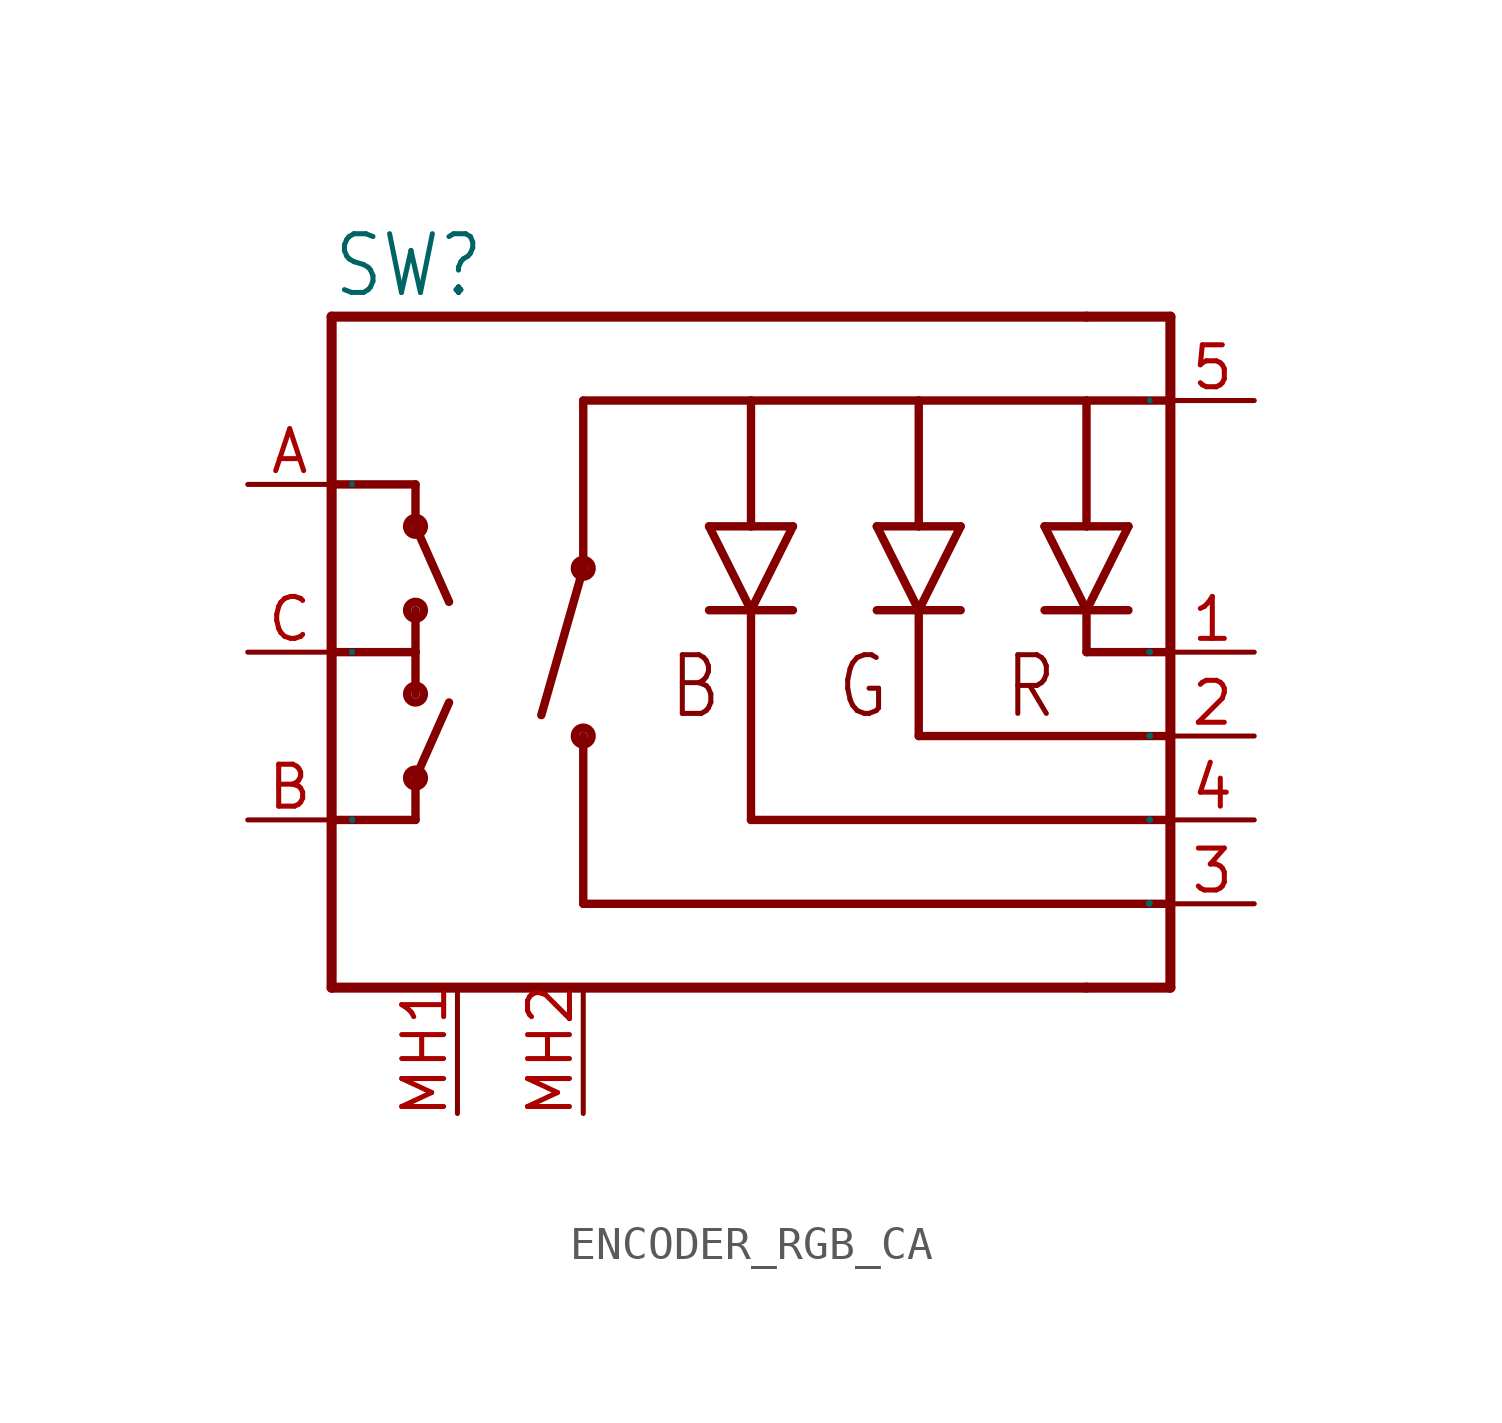
<source format=kicad_sym>
(kicad_symbol_lib
  (version 20231120)
  (generator "kicad_symbol_editor")
  (generator_version "8.0")
  (symbol "ENCODER_RGB_CA"
    (property "Reference" "SW"
      (at -12.7 10.668 0)
      (effects (font (size 1.778 1.511)) (justify left bottom)))
    (symbol "ENCODER_RGB_CA_1_0"
      (circle (center -10.16 -3.81) (radius 0.254) (stroke (width 0.254) (type solid)) (fill (type none)))
      (circle (center -10.16 -1.27) (radius 0.254) (stroke (width 0.254) (type solid)) (fill (type none)))
      (circle (center -10.16 1.27) (radius 0.254) (stroke (width 0.254) (type solid)) (fill (type none)))
      (circle (center -10.16 3.81) (radius 0.254) (stroke (width 0.254) (type solid)) (fill (type none)))
      (circle (center -5.08 -2.54) (radius 0.254) (stroke (width 0.254) (type solid)) (fill (type none)))
      (circle (center -5.08 2.54) (radius 0.254) (stroke (width 0.254) (type solid)) (fill (type none)))
      (polyline (pts (xy -12.7 -10.16) (xy 10.16 -10.16)) (stroke (width 0.305) (type solid)) (fill (type none)))
      (polyline (pts (xy -12.7 -5.08) (xy -12.7 -10.16)) (stroke (width 0.305) (type solid)) (fill (type none)))
      (polyline (pts (xy -12.7 0) (xy -12.7 -5.08)) (stroke (width 0.305) (type solid)) (fill (type none)))
      (polyline (pts (xy -12.7 5.08) (xy -12.7 0)) (stroke (width 0.305) (type solid)) (fill (type none)))
      (polyline (pts (xy -12.7 5.08) (xy -10.16 5.08)) (stroke (width 0.254) (type solid)) (fill (type none)))
      (polyline (pts (xy -12.7 10.16) (xy -12.7 5.08)) (stroke (width 0.305) (type solid)) (fill (type none)))
      (polyline (pts (xy -10.16 -5.08) (xy -12.7 -5.08)) (stroke (width 0.254) (type solid)) (fill (type none)))
      (polyline (pts (xy -10.16 -5.08) (xy -10.16 -3.81)) (stroke (width 0.254) (type solid)) (fill (type none)))
      (polyline (pts (xy -10.16 -3.81) (xy -9.144 -1.524)) (stroke (width 0.254) (type solid)) (fill (type none)))
      (polyline (pts (xy -10.16 0) (xy -12.7 0)) (stroke (width 0.254) (type solid)) (fill (type none)))
      (polyline (pts (xy -10.16 0) (xy -10.16 -1.27)) (stroke (width 0.254) (type solid)) (fill (type none)))
      (polyline (pts (xy -10.16 0) (xy -10.16 1.27)) (stroke (width 0.254) (type solid)) (fill (type none)))
      (polyline (pts (xy -10.16 3.81) (xy -9.144 1.524)) (stroke (width 0.254) (type solid)) (fill (type none)))
      (polyline (pts (xy -10.16 5.08) (xy -10.16 3.81)) (stroke (width 0.254) (type solid)) (fill (type none)))
      (polyline (pts (xy -5.08 -7.62) (xy -5.08 -2.54)) (stroke (width 0.254) (type solid)) (fill (type none)))
      (polyline (pts (xy -5.08 -7.62) (xy 12.7 -7.62)) (stroke (width 0.254) (type solid)) (fill (type none)))
      (polyline (pts (xy -5.08 2.54) (xy -6.35 -1.905)) (stroke (width 0.254) (type solid)) (fill (type none)))
      (polyline (pts (xy -5.08 7.62) (xy -5.08 2.54)) (stroke (width 0.254) (type solid)) (fill (type none)))
      (polyline (pts (xy -5.08 7.62) (xy 0 7.62)) (stroke (width 0.254) (type solid)) (fill (type none)))
      (polyline (pts (xy -1.27 1.27) (xy 0 1.27)) (stroke (width 0.254) (type solid)) (fill (type none)))
      (polyline (pts (xy -1.27 3.81) (xy 0 1.27)) (stroke (width 0.254) (type solid)) (fill (type none)))
      (polyline (pts (xy -1.27 3.81) (xy 0 3.81)) (stroke (width 0.254) (type solid)) (fill (type none)))
      (polyline (pts (xy 0 -5.08) (xy 0 1.27)) (stroke (width 0.254) (type solid)) (fill (type none)))
      (polyline (pts (xy 0 -5.08) (xy 12.7 -5.08)) (stroke (width 0.254) (type solid)) (fill (type none)))
      (polyline (pts (xy 0 1.27) (xy 1.27 1.27)) (stroke (width 0.254) (type solid)) (fill (type none)))
      (polyline (pts (xy 0 1.27) (xy 1.27 3.81)) (stroke (width 0.254) (type solid)) (fill (type none)))
      (polyline (pts (xy 0 3.81) (xy 1.27 3.81)) (stroke (width 0.254) (type solid)) (fill (type none)))
      (polyline (pts (xy 0 7.62) (xy 0 3.81)) (stroke (width 0.254) (type solid)) (fill (type none)))
      (polyline (pts (xy 0 7.62) (xy 5.08 7.62)) (stroke (width 0.254) (type solid)) (fill (type none)))
      (polyline (pts (xy 3.81 1.27) (xy 5.08 1.27)) (stroke (width 0.254) (type solid)) (fill (type none)))
      (polyline (pts (xy 3.81 3.81) (xy 5.08 1.27)) (stroke (width 0.254) (type solid)) (fill (type none)))
      (polyline (pts (xy 3.81 3.81) (xy 5.08 3.81)) (stroke (width 0.254) (type solid)) (fill (type none)))
      (polyline (pts (xy 5.08 -2.54) (xy 5.08 1.27)) (stroke (width 0.254) (type solid)) (fill (type none)))
      (polyline (pts (xy 5.08 -2.54) (xy 12.7 -2.54)) (stroke (width 0.254) (type solid)) (fill (type none)))
      (polyline (pts (xy 5.08 1.27) (xy 6.35 1.27)) (stroke (width 0.254) (type solid)) (fill (type none)))
      (polyline (pts (xy 5.08 1.27) (xy 6.35 3.81)) (stroke (width 0.254) (type solid)) (fill (type none)))
      (polyline (pts (xy 5.08 3.81) (xy 6.35 3.81)) (stroke (width 0.254) (type solid)) (fill (type none)))
      (polyline (pts (xy 5.08 7.62) (xy 5.08 3.81)) (stroke (width 0.254) (type solid)) (fill (type none)))
      (polyline (pts (xy 5.08 7.62) (xy 10.16 7.62)) (stroke (width 0.254) (type solid)) (fill (type none)))
      (polyline (pts (xy 8.89 1.27) (xy 10.16 1.27)) (stroke (width 0.254) (type solid)) (fill (type none)))
      (polyline (pts (xy 8.89 3.81) (xy 10.16 1.27)) (stroke (width 0.254) (type solid)) (fill (type none)))
      (polyline (pts (xy 8.89 3.81) (xy 10.16 3.81)) (stroke (width 0.254) (type solid)) (fill (type none)))
      (polyline (pts (xy 10.16 0) (xy 10.16 1.27)) (stroke (width 0.254) (type solid)) (fill (type none)))
      (polyline (pts (xy 10.16 0) (xy 12.7 0)) (stroke (width 0.254) (type solid)) (fill (type none)))
      (polyline (pts (xy 10.16 1.27) (xy 11.43 1.27)) (stroke (width 0.254) (type solid)) (fill (type none)))
      (polyline (pts (xy 10.16 1.27) (xy 11.43 3.81)) (stroke (width 0.254) (type solid)) (fill (type none)))
      (polyline (pts (xy 10.16 3.81) (xy 11.43 3.81)) (stroke (width 0.254) (type solid)) (fill (type none)))
      (polyline (pts (xy 10.16 7.62) (xy 10.16 3.81)) (stroke (width 0.254) (type solid)) (fill (type none)))
      (polyline (pts (xy 10.16 7.62) (xy 12.7 7.62)) (stroke (width 0.254) (type solid)) (fill (type none)))
      (polyline (pts (xy 10.16 10.16) (xy -12.7 10.16)) (stroke (width 0.305) (type solid)) (fill (type none)))
      (polyline (pts (xy 10.16 10.16) (xy 12.7 10.16)) (stroke (width 0.305) (type solid)) (fill (type none)))
      (polyline (pts (xy 12.7 -10.16) (xy 10.16 -10.16)) (stroke (width 0.305) (type solid)) (fill (type none)))
      (polyline (pts (xy 12.7 10.16) (xy 12.7 -10.16)) (stroke (width 0.305) (type solid)) (fill (type none)))
      (text "B" (at -2.54 0 0) (effects (font (size 1.778 1.511)) (justify left top)))
      (text "G" (at 2.54 0 0) (effects (font (size 1.778 1.511)) (justify left top)))
      (text "R" (at 7.62 0 0) (effects (font (size 1.778 1.511)) (justify left top)))
      (pin passive line (at 15.24 0 180) (length 2.54) (name "-R" (effects (font (size 0.025 0.025)))) (number "1" (effects (font (size 1.27 1.27)))))
      (pin passive line (at 15.24 -2.54 180) (length 2.54) (name "-G" (effects (font (size 0.025 0.025)))) (number "2" (effects (font (size 1.27 1.27)))))
      (pin passive line (at 15.24 -7.62 180) (length 2.54) (name "SW" (effects (font (size 0.025 0.025)))) (number "3" (effects (font (size 1.27 1.27)))))
      (pin passive line (at 15.24 -5.08 180) (length 2.54) (name "-B" (effects (font (size 0.025 0.025)))) (number "4" (effects (font (size 1.27 1.27)))))
      (pin passive line (at 15.24 7.62 180) (length 2.54) (name "+" (effects (font (size 0.025 0.025)))) (number "5" (effects (font (size 1.27 1.27)))))
      (pin bidirectional line (at -15.24 5.08 0) (length 2.54) (name "A" (effects (font (size 0.025 0.025)))) (number "A" (effects (font (size 1.27 1.27)))))
      (pin bidirectional line (at -15.24 -5.08 0) (length 2.54) (name "B" (effects (font (size 0.025 0.025)))) (number "B" (effects (font (size 1.27 1.27)))))
      (pin passive line (at -15.24 0 0) (length 2.54) (name "C" (effects (font (size 0.025 0.025)))) (number "C" (effects (font (size 1.27 1.27))))))
    (symbol "ENCODER_RGB_CA_1_1"
      (pin passive line (at -8.89 -13.97 90) (length 3.81) (name "" (effects (font (size 1.27 1.27)))) (number "MH1" (effects (font (size 1.27 1.27)))))
      (pin passive line (at -5.08 -13.97 90) (length 3.81) (name "" (effects (font (size 1.27 1.27)))) (number "MH2" (effects (font (size 1.27 1.27))))))))
</source>
